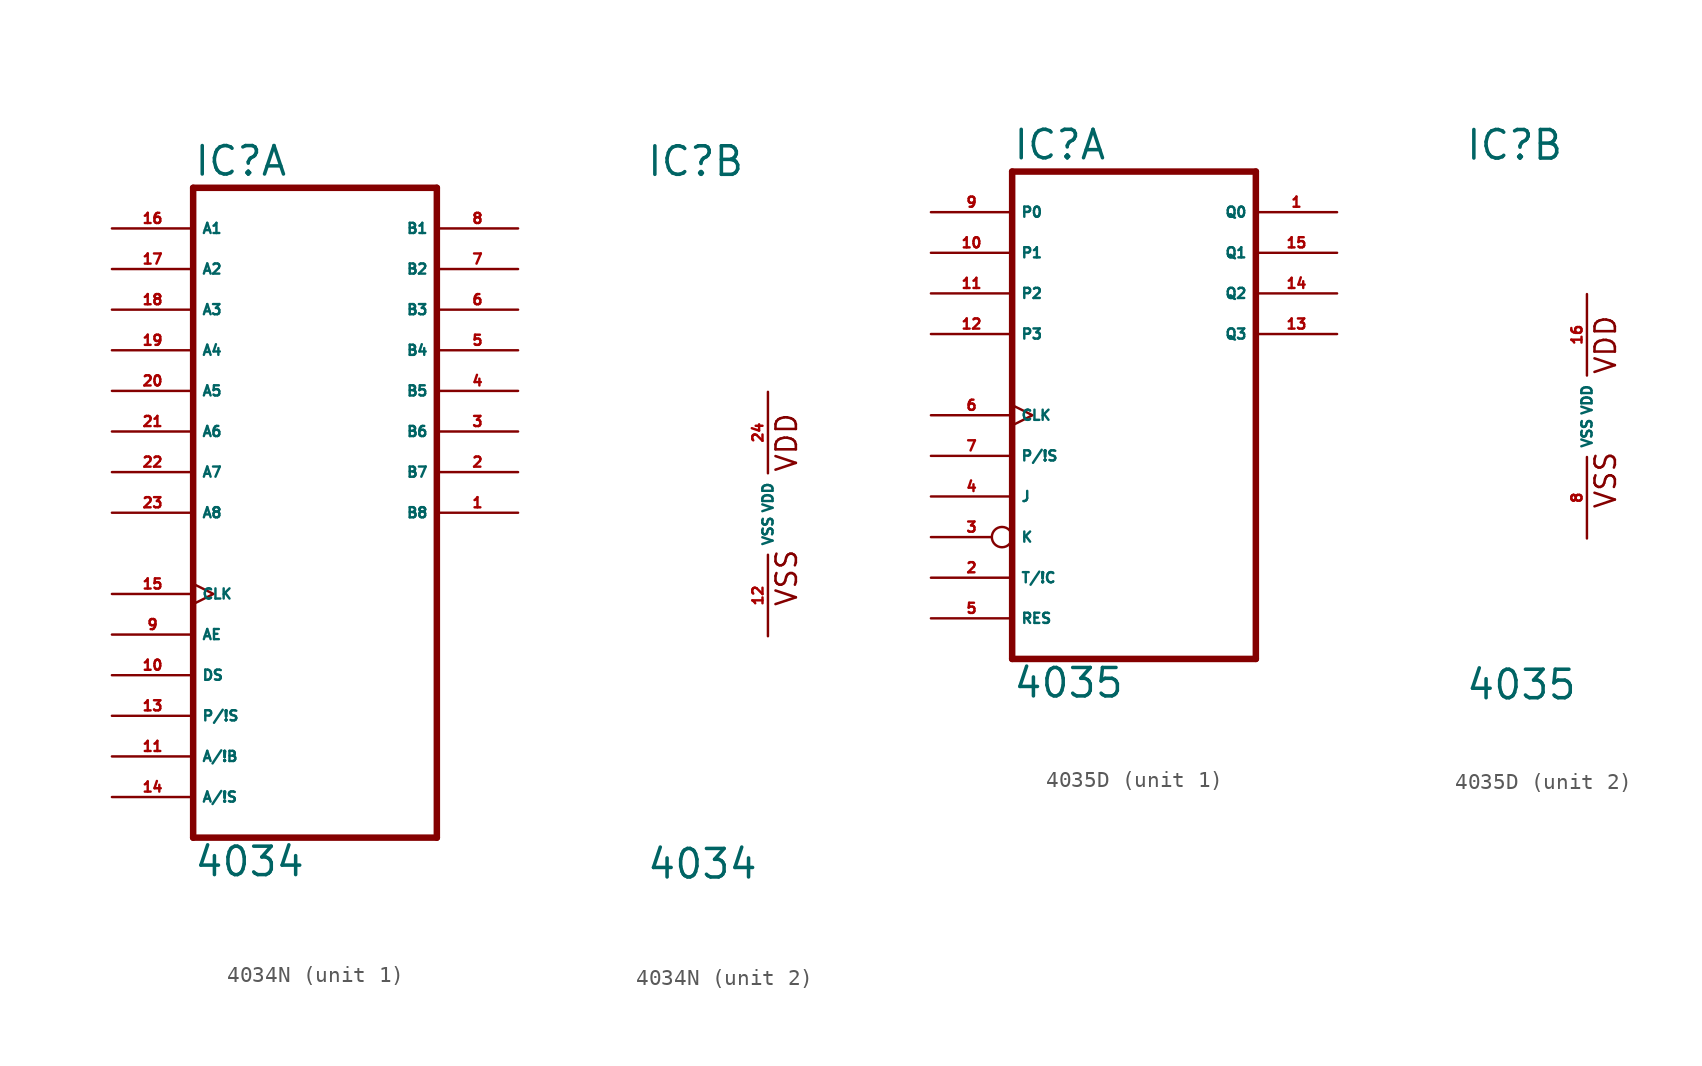
<source format=kicad_sym>
(kicad_symbol_lib
  (version 20220914)
  (generator Eagle2Kicad)
  (symbol "4034N"
    (property "Reference" "IC"
      (at -7.62 20.955 0)
      (effects (font (size 1.778 1.778) (thickness 0.22)) (justify left bottom)))
    (property "Value" "4034"
      (at -7.62 -22.86 0)
      (effects (font (size 1.778 1.778) (thickness 0.22)) (justify left bottom)))
    (symbol "4034N_1_0"
      (polyline (pts (xy -7.62 -20.32) (xy 7.62 -20.32)) (stroke (width 0.406) (type default)) (fill (type none)))
      (polyline (pts (xy 7.62 -20.32) (xy 7.62 20.32)) (stroke (width 0.406) (type default)) (fill (type none)))
      (polyline (pts (xy 7.62 20.32) (xy -7.62 20.32)) (stroke (width 0.406) (type default)) (fill (type none)))
      (polyline (pts (xy -7.62 20.32) (xy -7.62 -20.32)) (stroke (width 0.406) (type default)) (fill (type none)))
      (pin bidirectional line (at 12.7 0 180) (length 5.08) (name "B8" (effects (font (size 0.635 0.635) (thickness 0.08)) (justify left bottom))) (number "1" (effects (font (size 0.635 0.635) (thickness 0.08)) (justify left bottom))))
      (pin bidirectional line (at 12.7 2.54 180) (length 5.08) (name "B7" (effects (font (size 0.635 0.635) (thickness 0.08)) (justify left bottom))) (number "2" (effects (font (size 0.635 0.635) (thickness 0.08)) (justify left bottom))))
      (pin bidirectional line (at 12.7 5.08 180) (length 5.08) (name "B6" (effects (font (size 0.635 0.635) (thickness 0.08)) (justify left bottom))) (number "3" (effects (font (size 0.635 0.635) (thickness 0.08)) (justify left bottom))))
      (pin bidirectional line (at 12.7 7.62 180) (length 5.08) (name "B5" (effects (font (size 0.635 0.635) (thickness 0.08)) (justify left bottom))) (number "4" (effects (font (size 0.635 0.635) (thickness 0.08)) (justify left bottom))))
      (pin bidirectional line (at 12.7 10.16 180) (length 5.08) (name "B4" (effects (font (size 0.635 0.635) (thickness 0.08)) (justify left bottom))) (number "5" (effects (font (size 0.635 0.635) (thickness 0.08)) (justify left bottom))))
      (pin bidirectional line (at 12.7 12.7 180) (length 5.08) (name "B3" (effects (font (size 0.635 0.635) (thickness 0.08)) (justify left bottom))) (number "6" (effects (font (size 0.635 0.635) (thickness 0.08)) (justify left bottom))))
      (pin bidirectional line (at 12.7 15.24 180) (length 5.08) (name "B2" (effects (font (size 0.635 0.635) (thickness 0.08)) (justify left bottom))) (number "7" (effects (font (size 0.635 0.635) (thickness 0.08)) (justify left bottom))))
      (pin bidirectional line (at 12.7 17.78 180) (length 5.08) (name "B1" (effects (font (size 0.635 0.635) (thickness 0.08)) (justify left bottom))) (number "8" (effects (font (size 0.635 0.635) (thickness 0.08)) (justify left bottom))))
      (pin input line (at -12.7 -7.62 0) (length 5.08) (name "AE" (effects (font (size 0.635 0.635) (thickness 0.08)) (justify left bottom))) (number "9" (effects (font (size 0.635 0.635) (thickness 0.08)) (justify left bottom))))
      (pin input line (at -12.7 -10.16 0) (length 5.08) (name "DS" (effects (font (size 0.635 0.635) (thickness 0.08)) (justify left bottom))) (number "10" (effects (font (size 0.635 0.635) (thickness 0.08)) (justify left bottom))))
      (pin input line (at -12.7 -15.24 0) (length 5.08) (name "A/!B" (effects (font (size 0.635 0.635) (thickness 0.08)) (justify left bottom))) (number "11" (effects (font (size 0.635 0.635) (thickness 0.08)) (justify left bottom))))
      (pin input line (at -12.7 -12.7 0) (length 5.08) (name "P/!S" (effects (font (size 0.635 0.635) (thickness 0.08)) (justify left bottom))) (number "13" (effects (font (size 0.635 0.635) (thickness 0.08)) (justify left bottom))))
      (pin input line (at -12.7 -17.78 0) (length 5.08) (name "A/!S" (effects (font (size 0.635 0.635) (thickness 0.08)) (justify left bottom))) (number "14" (effects (font (size 0.635 0.635) (thickness 0.08)) (justify left bottom))))
      (pin input clock (at -12.7 -5.08 0) (length 5.08) (name "CLK" (effects (font (size 0.635 0.635) (thickness 0.08)) (justify left bottom))) (number "15" (effects (font (size 0.635 0.635) (thickness 0.08)) (justify left bottom))))
      (pin bidirectional line (at -12.7 17.78 0) (length 5.08) (name "A1" (effects (font (size 0.635 0.635) (thickness 0.08)) (justify left bottom))) (number "16" (effects (font (size 0.635 0.635) (thickness 0.08)) (justify left bottom))))
      (pin bidirectional line (at -12.7 15.24 0) (length 5.08) (name "A2" (effects (font (size 0.635 0.635) (thickness 0.08)) (justify left bottom))) (number "17" (effects (font (size 0.635 0.635) (thickness 0.08)) (justify left bottom))))
      (pin bidirectional line (at -12.7 12.7 0) (length 5.08) (name "A3" (effects (font (size 0.635 0.635) (thickness 0.08)) (justify left bottom))) (number "18" (effects (font (size 0.635 0.635) (thickness 0.08)) (justify left bottom))))
      (pin bidirectional line (at -12.7 10.16 0) (length 5.08) (name "A4" (effects (font (size 0.635 0.635) (thickness 0.08)) (justify left bottom))) (number "19" (effects (font (size 0.635 0.635) (thickness 0.08)) (justify left bottom))))
      (pin bidirectional line (at -12.7 7.62 0) (length 5.08) (name "A5" (effects (font (size 0.635 0.635) (thickness 0.08)) (justify left bottom))) (number "20" (effects (font (size 0.635 0.635) (thickness 0.08)) (justify left bottom))))
      (pin bidirectional line (at -12.7 5.08 0) (length 5.08) (name "A6" (effects (font (size 0.635 0.635) (thickness 0.08)) (justify left bottom))) (number "21" (effects (font (size 0.635 0.635) (thickness 0.08)) (justify left bottom))))
      (pin bidirectional line (at -12.7 2.54 0) (length 5.08) (name "A7" (effects (font (size 0.635 0.635) (thickness 0.08)) (justify left bottom))) (number "22" (effects (font (size 0.635 0.635) (thickness 0.08)) (justify left bottom))))
      (pin bidirectional line (at -12.7 0 0) (length 5.08) (name "A8" (effects (font (size 0.635 0.635) (thickness 0.08)) (justify left bottom))) (number "23" (effects (font (size 0.635 0.635) (thickness 0.08)) (justify left bottom)))))
    (symbol "4034N_2_0"
      (text "VDD" (at 1.905 2.54 900) (effects (font (size 1.27 1.27) (thickness 0.16)) (justify left bottom)))
      (text "VSS" (at 1.905 -5.842 900) (effects (font (size 1.27 1.27) (thickness 0.16)) (justify left bottom)))
      (pin unspecified line (at 0 -7.62 90) (length 5.08) (name "VSS" (effects (font (size 0.635 0.635) (thickness 0.08)) (justify left bottom))) (number "12" (effects (font (size 0.635 0.635) (thickness 0.08)) (justify left bottom))))
      (pin unspecified line (at 0 7.62 270) (length 5.08) (name "VDD" (effects (font (size 0.635 0.635) (thickness 0.08)) (justify left bottom))) (number "24" (effects (font (size 0.635 0.635) (thickness 0.08)) (justify left bottom))))))
  (symbol "4035D"
    (property "Reference" "IC"
      (at -7.62 15.875 0)
      (effects (font (size 1.778 1.778) (thickness 0.22)) (justify left bottom)))
    (property "Value" "4035"
      (at -7.62 -17.78 0)
      (effects (font (size 1.778 1.778) (thickness 0.22)) (justify left bottom)))
    (symbol "4035D_1_0"
      (polyline (pts (xy -7.62 -15.24) (xy 7.62 -15.24)) (stroke (width 0.406) (type default)) (fill (type none)))
      (polyline (pts (xy 7.62 -15.24) (xy 7.62 15.24)) (stroke (width 0.406) (type default)) (fill (type none)))
      (polyline (pts (xy 7.62 15.24) (xy -7.62 15.24)) (stroke (width 0.406) (type default)) (fill (type none)))
      (polyline (pts (xy -7.62 15.24) (xy -7.62 -15.24)) (stroke (width 0.406) (type default)) (fill (type none)))
      (pin output line (at 12.7 12.7 180) (length 5.08) (name "Q0" (effects (font (size 0.635 0.635) (thickness 0.08)) (justify left bottom))) (number "1" (effects (font (size 0.635 0.635) (thickness 0.08)) (justify left bottom))))
      (pin input line (at -12.7 -10.16 0) (length 5.08) (name "T/!C" (effects (font (size 0.635 0.635) (thickness 0.08)) (justify left bottom))) (number "2" (effects (font (size 0.635 0.635) (thickness 0.08)) (justify left bottom))))
      (pin input inverted (at -12.7 -7.62 0) (length 5.08) (name "K" (effects (font (size 0.635 0.635) (thickness 0.08)) (justify left bottom))) (number "3" (effects (font (size 0.635 0.635) (thickness 0.08)) (justify left bottom))))
      (pin input line (at -12.7 -5.08 0) (length 5.08) (name "J" (effects (font (size 0.635 0.635) (thickness 0.08)) (justify left bottom))) (number "4" (effects (font (size 0.635 0.635) (thickness 0.08)) (justify left bottom))))
      (pin input line (at -12.7 -12.7 0) (length 5.08) (name "RES" (effects (font (size 0.635 0.635) (thickness 0.08)) (justify left bottom))) (number "5" (effects (font (size 0.635 0.635) (thickness 0.08)) (justify left bottom))))
      (pin input clock (at -12.7 0 0) (length 5.08) (name "CLK" (effects (font (size 0.635 0.635) (thickness 0.08)) (justify left bottom))) (number "6" (effects (font (size 0.635 0.635) (thickness 0.08)) (justify left bottom))))
      (pin input line (at -12.7 -2.54 0) (length 5.08) (name "P/!S" (effects (font (size 0.635 0.635) (thickness 0.08)) (justify left bottom))) (number "7" (effects (font (size 0.635 0.635) (thickness 0.08)) (justify left bottom))))
      (pin input line (at -12.7 12.7 0) (length 5.08) (name "P0" (effects (font (size 0.635 0.635) (thickness 0.08)) (justify left bottom))) (number "9" (effects (font (size 0.635 0.635) (thickness 0.08)) (justify left bottom))))
      (pin input line (at -12.7 10.16 0) (length 5.08) (name "P1" (effects (font (size 0.635 0.635) (thickness 0.08)) (justify left bottom))) (number "10" (effects (font (size 0.635 0.635) (thickness 0.08)) (justify left bottom))))
      (pin input line (at -12.7 7.62 0) (length 5.08) (name "P2" (effects (font (size 0.635 0.635) (thickness 0.08)) (justify left bottom))) (number "11" (effects (font (size 0.635 0.635) (thickness 0.08)) (justify left bottom))))
      (pin input line (at -12.7 5.08 0) (length 5.08) (name "P3" (effects (font (size 0.635 0.635) (thickness 0.08)) (justify left bottom))) (number "12" (effects (font (size 0.635 0.635) (thickness 0.08)) (justify left bottom))))
      (pin output line (at 12.7 5.08 180) (length 5.08) (name "Q3" (effects (font (size 0.635 0.635) (thickness 0.08)) (justify left bottom))) (number "13" (effects (font (size 0.635 0.635) (thickness 0.08)) (justify left bottom))))
      (pin output line (at 12.7 7.62 180) (length 5.08) (name "Q2" (effects (font (size 0.635 0.635) (thickness 0.08)) (justify left bottom))) (number "14" (effects (font (size 0.635 0.635) (thickness 0.08)) (justify left bottom))))
      (pin output line (at 12.7 10.16 180) (length 5.08) (name "Q1" (effects (font (size 0.635 0.635) (thickness 0.08)) (justify left bottom))) (number "15" (effects (font (size 0.635 0.635) (thickness 0.08)) (justify left bottom)))))
    (symbol "4035D_2_0"
      (text "VDD" (at 1.905 2.54 900) (effects (font (size 1.27 1.27) (thickness 0.16)) (justify left bottom)))
      (text "VSS" (at 1.905 -5.842 900) (effects (font (size 1.27 1.27) (thickness 0.16)) (justify left bottom)))
      (pin unspecified line (at 0 -7.62 90) (length 5.08) (name "VSS" (effects (font (size 0.635 0.635) (thickness 0.08)) (justify left bottom))) (number "8" (effects (font (size 0.635 0.635) (thickness 0.08)) (justify left bottom))))
      (pin unspecified line (at 0 7.62 270) (length 5.08) (name "VDD" (effects (font (size 0.635 0.635) (thickness 0.08)) (justify left bottom))) (number "16" (effects (font (size 0.635 0.635) (thickness 0.08)) (justify left bottom)))))))
</source>
